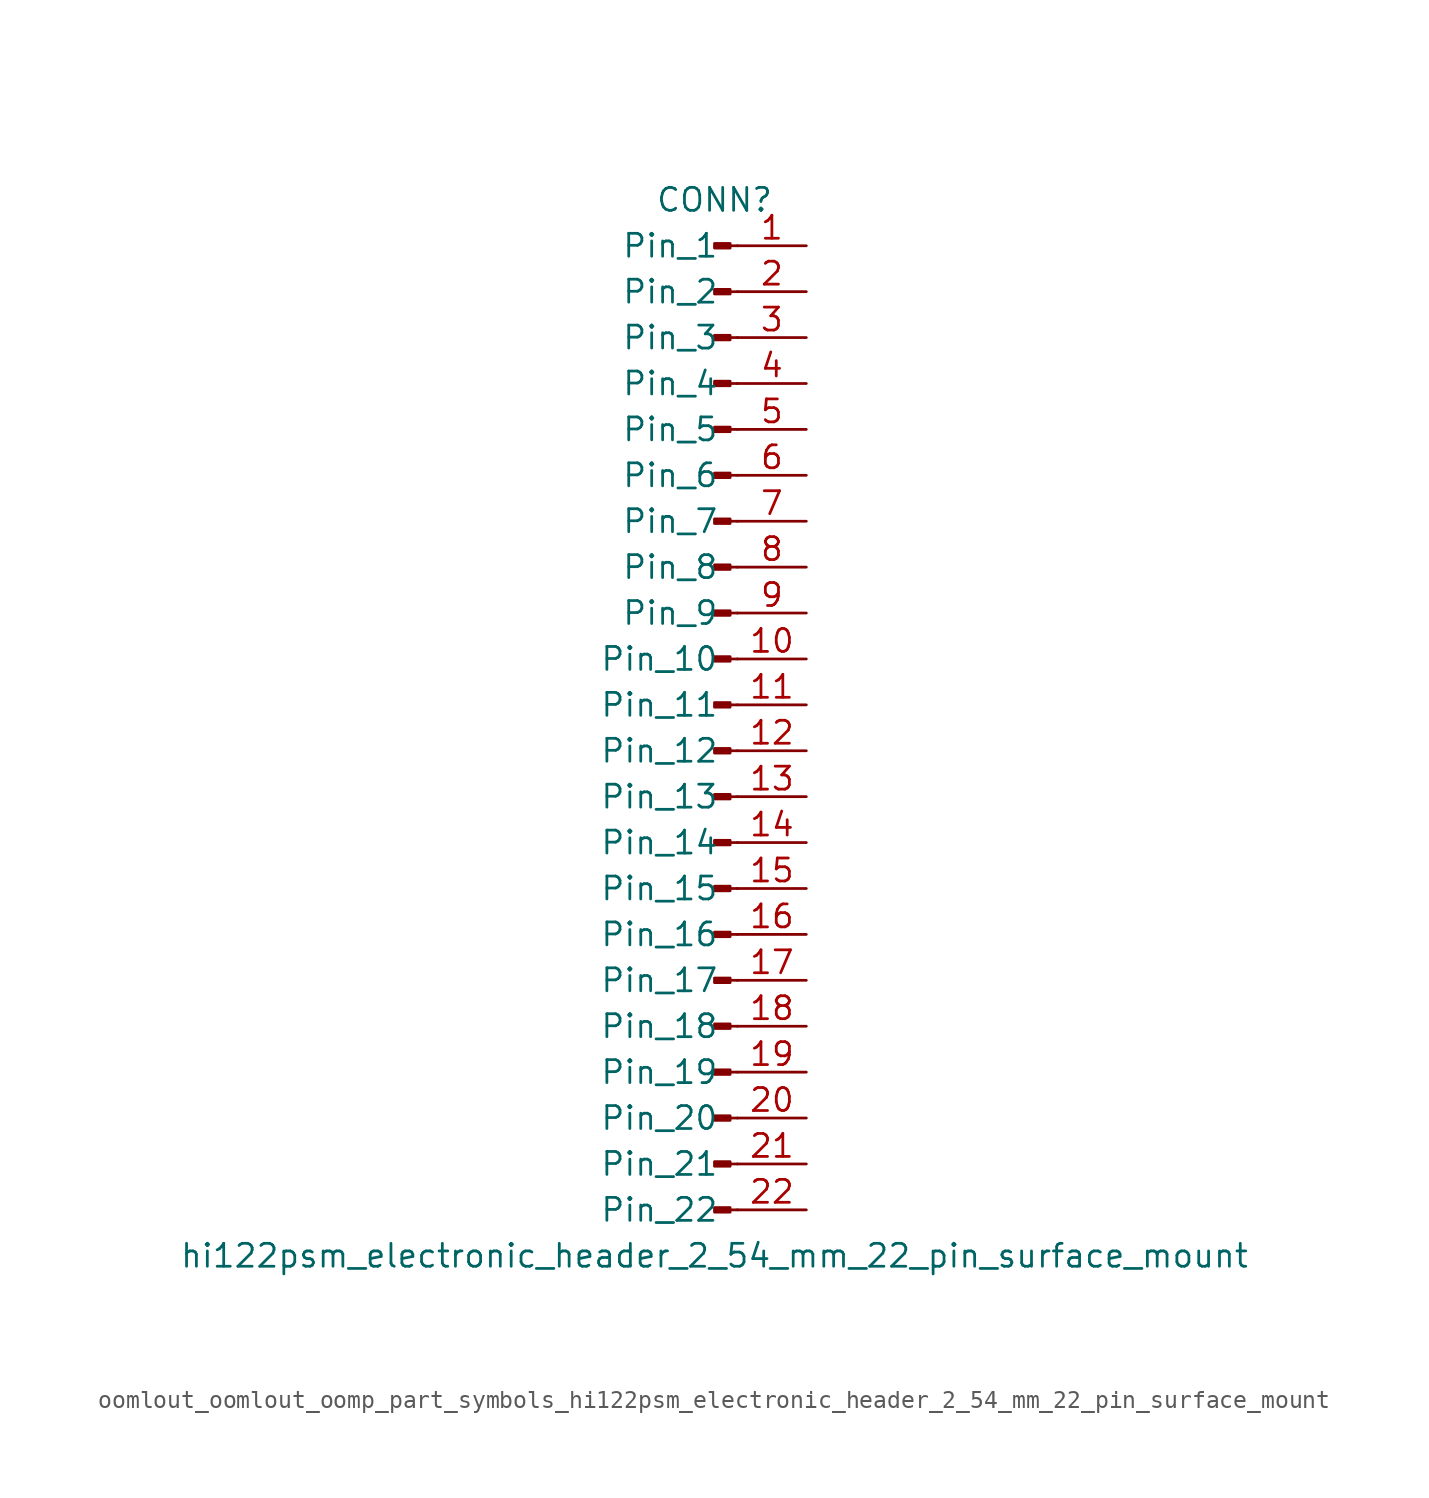
<source format=kicad_sym>
(kicad_symbol_lib
  (version 20220914)
  (generator kicad_symbol_editor)
  (symbol "oomlout_oomlout_oomp_part_symbols_hi122psm_electronic_header_2_54_mm_22_pin_surface_mount"
    (pin_names
      (offset 1.016))
    (property "Reference" "CONN"
      (at 0 27.94 0)
      (effects (font (size 1.27 1.27))))
    (property "Value" "hi122psm_electronic_header_2_54_mm_22_pin_surface_mount"
      (at 0 -30.48 0)
      (effects (font (size 1.27 1.27))))
    (property "ki_locked" ""
      (at 0 0 0)
      (effects (font (size 1.27 1.27))))
    (symbol "oomlout_oomlout_oomp_part_symbols_hi122psm_electronic_header_2_54_mm_22_pin_surface_mount_1_1"
      (polyline (pts (xy 1.27 -27.94) (xy 0.864 -27.94)) (stroke (width 0.152) (type default)) (fill (type none)))
      (polyline (pts (xy 1.27 -25.4) (xy 0.864 -25.4)) (stroke (width 0.152) (type default)) (fill (type none)))
      (polyline (pts (xy 1.27 -22.86) (xy 0.864 -22.86)) (stroke (width 0.152) (type default)) (fill (type none)))
      (polyline (pts (xy 1.27 -20.32) (xy 0.864 -20.32)) (stroke (width 0.152) (type default)) (fill (type none)))
      (polyline (pts (xy 1.27 -17.78) (xy 0.864 -17.78)) (stroke (width 0.152) (type default)) (fill (type none)))
      (polyline (pts (xy 1.27 -15.24) (xy 0.864 -15.24)) (stroke (width 0.152) (type default)) (fill (type none)))
      (polyline (pts (xy 1.27 -12.7) (xy 0.864 -12.7)) (stroke (width 0.152) (type default)) (fill (type none)))
      (polyline (pts (xy 1.27 -10.16) (xy 0.864 -10.16)) (stroke (width 0.152) (type default)) (fill (type none)))
      (polyline (pts (xy 1.27 -7.62) (xy 0.864 -7.62)) (stroke (width 0.152) (type default)) (fill (type none)))
      (polyline (pts (xy 1.27 -5.08) (xy 0.864 -5.08)) (stroke (width 0.152) (type default)) (fill (type none)))
      (polyline (pts (xy 1.27 -2.54) (xy 0.864 -2.54)) (stroke (width 0.152) (type default)) (fill (type none)))
      (polyline (pts (xy 1.27 0) (xy 0.864 0)) (stroke (width 0.152) (type default)) (fill (type none)))
      (polyline (pts (xy 1.27 2.54) (xy 0.864 2.54)) (stroke (width 0.152) (type default)) (fill (type none)))
      (polyline (pts (xy 1.27 5.08) (xy 0.864 5.08)) (stroke (width 0.152) (type default)) (fill (type none)))
      (polyline (pts (xy 1.27 7.62) (xy 0.864 7.62)) (stroke (width 0.152) (type default)) (fill (type none)))
      (polyline (pts (xy 1.27 10.16) (xy 0.864 10.16)) (stroke (width 0.152) (type default)) (fill (type none)))
      (polyline (pts (xy 1.27 12.7) (xy 0.864 12.7)) (stroke (width 0.152) (type default)) (fill (type none)))
      (polyline (pts (xy 1.27 15.24) (xy 0.864 15.24)) (stroke (width 0.152) (type default)) (fill (type none)))
      (polyline (pts (xy 1.27 17.78) (xy 0.864 17.78)) (stroke (width 0.152) (type default)) (fill (type none)))
      (polyline (pts (xy 1.27 20.32) (xy 0.864 20.32)) (stroke (width 0.152) (type default)) (fill (type none)))
      (polyline (pts (xy 1.27 22.86) (xy 0.864 22.86)) (stroke (width 0.152) (type default)) (fill (type none)))
      (polyline (pts (xy 1.27 25.4) (xy 0.864 25.4)) (stroke (width 0.152) (type default)) (fill (type none)))
      (rectangle (start 0.864 -27.813) (end 0 -28.067) (stroke (width 0.152) (type default)) (fill (type outline)))
      (rectangle (start 0.864 -25.273) (end 0 -25.527) (stroke (width 0.152) (type default)) (fill (type outline)))
      (rectangle (start 0.864 -22.733) (end 0 -22.987) (stroke (width 0.152) (type default)) (fill (type outline)))
      (rectangle (start 0.864 -20.193) (end 0 -20.447) (stroke (width 0.152) (type default)) (fill (type outline)))
      (rectangle (start 0.864 -17.653) (end 0 -17.907) (stroke (width 0.152) (type default)) (fill (type outline)))
      (rectangle (start 0.864 -15.113) (end 0 -15.367) (stroke (width 0.152) (type default)) (fill (type outline)))
      (rectangle (start 0.864 -12.573) (end 0 -12.827) (stroke (width 0.152) (type default)) (fill (type outline)))
      (rectangle (start 0.864 -10.033) (end 0 -10.287) (stroke (width 0.152) (type default)) (fill (type outline)))
      (rectangle (start 0.864 -7.493) (end 0 -7.747) (stroke (width 0.152) (type default)) (fill (type outline)))
      (rectangle (start 0.864 -4.953) (end 0 -5.207) (stroke (width 0.152) (type default)) (fill (type outline)))
      (rectangle (start 0.864 -2.413) (end 0 -2.667) (stroke (width 0.152) (type default)) (fill (type outline)))
      (rectangle (start 0.864 0.127) (end 0 -0.127) (stroke (width 0.152) (type default)) (fill (type outline)))
      (rectangle (start 0.864 2.667) (end 0 2.413) (stroke (width 0.152) (type default)) (fill (type outline)))
      (rectangle (start 0.864 5.207) (end 0 4.953) (stroke (width 0.152) (type default)) (fill (type outline)))
      (rectangle (start 0.864 7.747) (end 0 7.493) (stroke (width 0.152) (type default)) (fill (type outline)))
      (rectangle (start 0.864 10.287) (end 0 10.033) (stroke (width 0.152) (type default)) (fill (type outline)))
      (rectangle (start 0.864 12.827) (end 0 12.573) (stroke (width 0.152) (type default)) (fill (type outline)))
      (rectangle (start 0.864 15.367) (end 0 15.113) (stroke (width 0.152) (type default)) (fill (type outline)))
      (rectangle (start 0.864 17.907) (end 0 17.653) (stroke (width 0.152) (type default)) (fill (type outline)))
      (rectangle (start 0.864 20.447) (end 0 20.193) (stroke (width 0.152) (type default)) (fill (type outline)))
      (rectangle (start 0.864 22.987) (end 0 22.733) (stroke (width 0.152) (type default)) (fill (type outline)))
      (rectangle (start 0.864 25.527) (end 0 25.273) (stroke (width 0.152) (type default)) (fill (type outline)))
      (pin passive line (at 5.08 25.4 180) (length 3.81) (name "Pin_1" (effects (font (size 1.27 1.27)))) (number "1" (effects (font (size 1.27 1.27)))))
      (pin passive line (at 5.08 2.54 180) (length 3.81) (name "Pin_10" (effects (font (size 1.27 1.27)))) (number "10" (effects (font (size 1.27 1.27)))))
      (pin passive line (at 5.08 0 180) (length 3.81) (name "Pin_11" (effects (font (size 1.27 1.27)))) (number "11" (effects (font (size 1.27 1.27)))))
      (pin passive line (at 5.08 -2.54 180) (length 3.81) (name "Pin_12" (effects (font (size 1.27 1.27)))) (number "12" (effects (font (size 1.27 1.27)))))
      (pin passive line (at 5.08 -5.08 180) (length 3.81) (name "Pin_13" (effects (font (size 1.27 1.27)))) (number "13" (effects (font (size 1.27 1.27)))))
      (pin passive line (at 5.08 -7.62 180) (length 3.81) (name "Pin_14" (effects (font (size 1.27 1.27)))) (number "14" (effects (font (size 1.27 1.27)))))
      (pin passive line (at 5.08 -10.16 180) (length 3.81) (name "Pin_15" (effects (font (size 1.27 1.27)))) (number "15" (effects (font (size 1.27 1.27)))))
      (pin passive line (at 5.08 -12.7 180) (length 3.81) (name "Pin_16" (effects (font (size 1.27 1.27)))) (number "16" (effects (font (size 1.27 1.27)))))
      (pin passive line (at 5.08 -15.24 180) (length 3.81) (name "Pin_17" (effects (font (size 1.27 1.27)))) (number "17" (effects (font (size 1.27 1.27)))))
      (pin passive line (at 5.08 -17.78 180) (length 3.81) (name "Pin_18" (effects (font (size 1.27 1.27)))) (number "18" (effects (font (size 1.27 1.27)))))
      (pin passive line (at 5.08 -20.32 180) (length 3.81) (name "Pin_19" (effects (font (size 1.27 1.27)))) (number "19" (effects (font (size 1.27 1.27)))))
      (pin passive line (at 5.08 22.86 180) (length 3.81) (name "Pin_2" (effects (font (size 1.27 1.27)))) (number "2" (effects (font (size 1.27 1.27)))))
      (pin passive line (at 5.08 -22.86 180) (length 3.81) (name "Pin_20" (effects (font (size 1.27 1.27)))) (number "20" (effects (font (size 1.27 1.27)))))
      (pin passive line (at 5.08 -25.4 180) (length 3.81) (name "Pin_21" (effects (font (size 1.27 1.27)))) (number "21" (effects (font (size 1.27 1.27)))))
      (pin passive line (at 5.08 -27.94 180) (length 3.81) (name "Pin_22" (effects (font (size 1.27 1.27)))) (number "22" (effects (font (size 1.27 1.27)))))
      (pin passive line (at 5.08 20.32 180) (length 3.81) (name "Pin_3" (effects (font (size 1.27 1.27)))) (number "3" (effects (font (size 1.27 1.27)))))
      (pin passive line (at 5.08 17.78 180) (length 3.81) (name "Pin_4" (effects (font (size 1.27 1.27)))) (number "4" (effects (font (size 1.27 1.27)))))
      (pin passive line (at 5.08 15.24 180) (length 3.81) (name "Pin_5" (effects (font (size 1.27 1.27)))) (number "5" (effects (font (size 1.27 1.27)))))
      (pin passive line (at 5.08 12.7 180) (length 3.81) (name "Pin_6" (effects (font (size 1.27 1.27)))) (number "6" (effects (font (size 1.27 1.27)))))
      (pin passive line (at 5.08 10.16 180) (length 3.81) (name "Pin_7" (effects (font (size 1.27 1.27)))) (number "7" (effects (font (size 1.27 1.27)))))
      (pin passive line (at 5.08 7.62 180) (length 3.81) (name "Pin_8" (effects (font (size 1.27 1.27)))) (number "8" (effects (font (size 1.27 1.27)))))
      (pin passive line (at 5.08 5.08 180) (length 3.81) (name "Pin_9" (effects (font (size 1.27 1.27)))) (number "9" (effects (font (size 1.27 1.27))))))))
</source>
